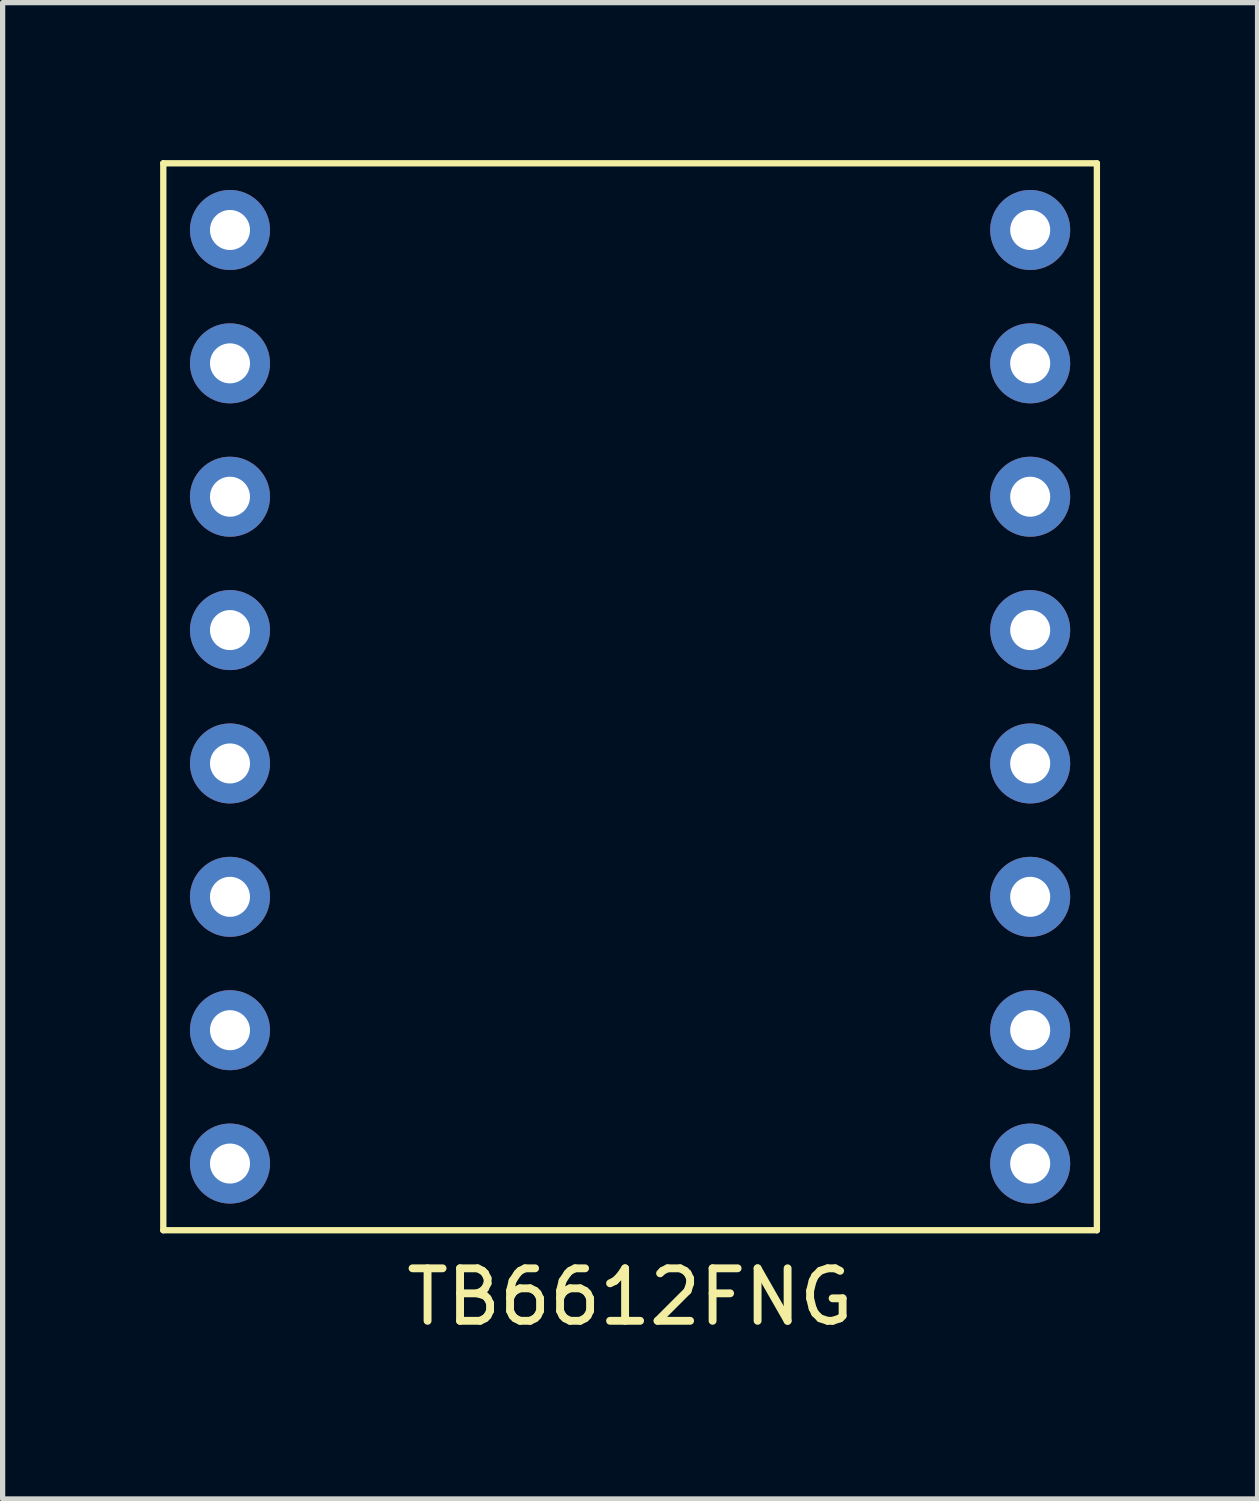
<source format=kicad_pcb>
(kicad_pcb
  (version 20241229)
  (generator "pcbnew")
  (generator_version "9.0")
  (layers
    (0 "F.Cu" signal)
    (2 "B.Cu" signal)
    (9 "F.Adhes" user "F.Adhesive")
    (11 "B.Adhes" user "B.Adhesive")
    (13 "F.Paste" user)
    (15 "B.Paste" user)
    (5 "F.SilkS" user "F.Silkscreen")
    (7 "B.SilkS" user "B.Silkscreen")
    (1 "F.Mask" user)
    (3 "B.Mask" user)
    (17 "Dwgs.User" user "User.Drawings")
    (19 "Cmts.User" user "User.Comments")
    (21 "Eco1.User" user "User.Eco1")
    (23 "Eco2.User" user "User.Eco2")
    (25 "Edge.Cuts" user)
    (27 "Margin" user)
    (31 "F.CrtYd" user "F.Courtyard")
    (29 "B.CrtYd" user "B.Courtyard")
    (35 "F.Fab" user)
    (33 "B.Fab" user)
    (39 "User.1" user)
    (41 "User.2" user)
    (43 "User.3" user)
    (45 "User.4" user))
  (footprint "TB6612FNG"
    (layer "F.Cu")
    (at 8.95 10.22)
    (property "Reference" "TB6612FNG" (at 0 11.43 0) (layer "F.SilkS") (effects (font (size 1 1) (thickness 0.15))))
    (attr through_hole)
    (fp_line (start -8.89 -10.16) (end -8.89 10.16) (stroke (width 0.12) (type solid)) (layer "F.SilkS"))
    (fp_line (start -8.89 10.16) (end 8.89 10.16) (stroke (width 0.12) (type solid)) (layer "F.SilkS"))
    (fp_line (start 8.89 -10.16) (end -8.89 -10.16) (stroke (width 0.12) (type solid)) (layer "F.SilkS"))
    (fp_line (start 8.89 10.16) (end 8.89 -10.16) (stroke (width 0.12) (type solid)) (layer "F.SilkS"))
    (pad "1" thru_hole circle (at -7.62 -8.89) (size 1.524 1.524) (drill 0.762) (layers "*.Cu" "*.Mask"))
    (pad "2" thru_hole circle (at -7.62 -6.35) (size 1.524 1.524) (drill 0.762) (layers "*.Cu" "*.Mask"))
    (pad "3" thru_hole circle (at -7.62 -3.81) (size 1.524 1.524) (drill 0.762) (layers "*.Cu" "*.Mask"))
    (pad "4" thru_hole circle (at -7.62 -1.27) (size 1.524 1.524) (drill 0.762) (layers "*.Cu" "*.Mask"))
    (pad "5" thru_hole circle (at -7.62 1.27) (size 1.524 1.524) (drill 0.762) (layers "*.Cu" "*.Mask"))
    (pad "6" thru_hole circle (at -7.62 3.81) (size 1.524 1.524) (drill 0.762) (layers "*.Cu" "*.Mask"))
    (pad "7" thru_hole circle (at -7.62 6.35) (size 1.524 1.524) (drill 0.762) (layers "*.Cu" "*.Mask"))
    (pad "8" thru_hole circle (at -7.62 8.89) (size 1.524 1.524) (drill 0.762) (layers "*.Cu" "*.Mask"))
    (pad "9" thru_hole circle (at 7.62 8.89) (size 1.524 1.524) (drill 0.762) (layers "*.Cu" "*.Mask"))
    (pad "10" thru_hole circle (at 7.62 6.35) (size 1.524 1.524) (drill 0.762) (layers "*.Cu" "*.Mask"))
    (pad "11" thru_hole circle (at 7.62 3.81) (size 1.524 1.524) (drill 0.762) (layers "*.Cu" "*.Mask"))
    (pad "12" thru_hole circle (at 7.62 1.27) (size 1.524 1.524) (drill 0.762) (layers "*.Cu" "*.Mask"))
    (pad "13" thru_hole circle (at 7.62 -1.27) (size 1.524 1.524) (drill 0.762) (layers "*.Cu" "*.Mask"))
    (pad "14" thru_hole circle (at 7.62 -3.81) (size 1.524 1.524) (drill 0.762) (layers "*.Cu" "*.Mask"))
    (pad "15" thru_hole circle (at 7.62 -6.35) (size 1.524 1.524) (drill 0.762) (layers "*.Cu" "*.Mask"))
    (pad "16" thru_hole circle (at 7.62 -8.89) (size 1.524 1.524) (drill 0.762) (layers "*.Cu" "*.Mask")))
  (gr_rect
    (start -3 -3)
    (end 20.9 25.498)
    (stroke (width 0.1) (type default))
    (fill no)
    (layer "Edge.Cuts")))
</source>
